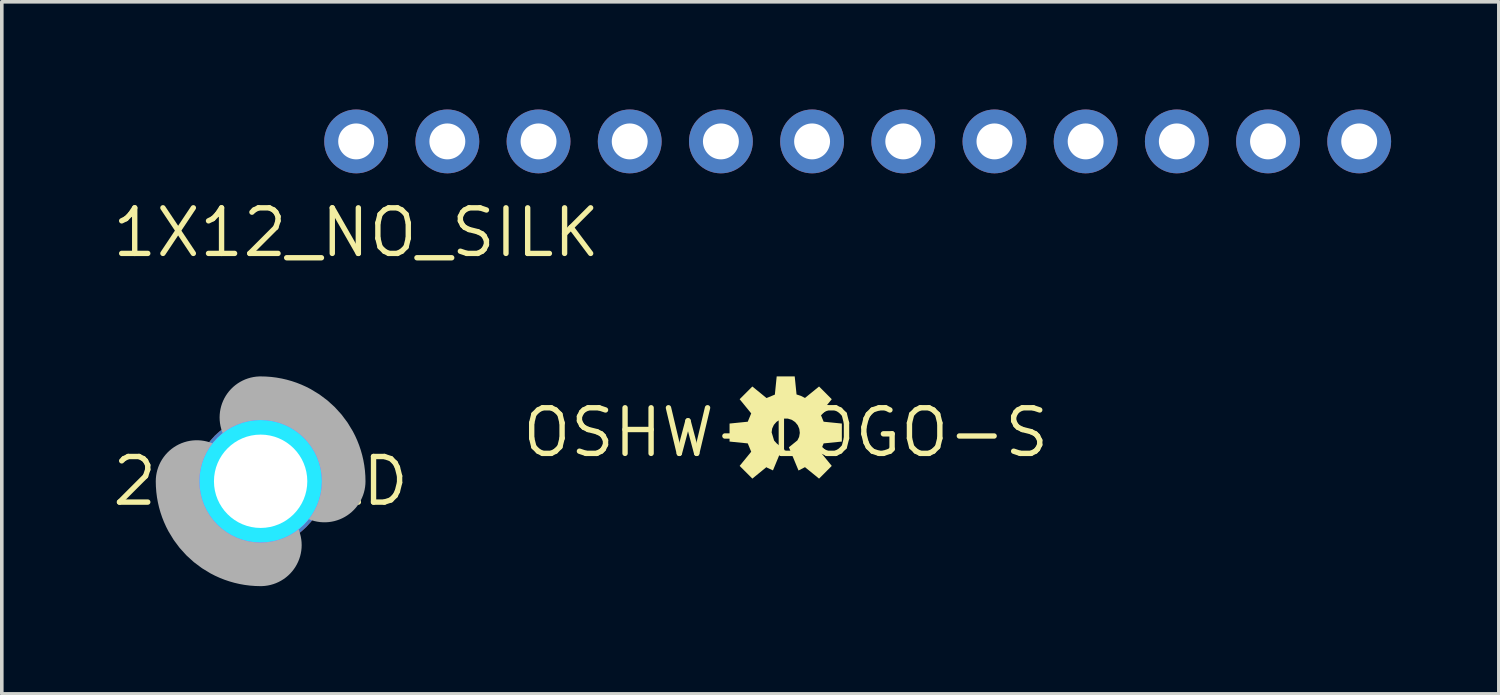
<source format=kicad_pcb>
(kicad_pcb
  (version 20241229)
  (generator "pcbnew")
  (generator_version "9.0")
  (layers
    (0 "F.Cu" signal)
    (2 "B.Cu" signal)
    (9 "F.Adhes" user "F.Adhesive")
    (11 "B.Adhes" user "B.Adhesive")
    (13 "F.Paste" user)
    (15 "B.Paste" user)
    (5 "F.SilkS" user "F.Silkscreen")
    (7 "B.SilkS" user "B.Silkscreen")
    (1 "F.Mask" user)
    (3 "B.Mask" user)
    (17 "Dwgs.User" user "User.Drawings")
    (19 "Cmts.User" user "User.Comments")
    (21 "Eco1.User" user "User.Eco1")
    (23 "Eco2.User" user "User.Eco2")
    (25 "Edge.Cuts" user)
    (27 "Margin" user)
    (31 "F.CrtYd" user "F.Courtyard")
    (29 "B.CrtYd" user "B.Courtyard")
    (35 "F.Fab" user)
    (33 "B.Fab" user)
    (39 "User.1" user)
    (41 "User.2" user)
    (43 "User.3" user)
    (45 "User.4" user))
  (footprint "OSHW-LOGO-S"
    (layer "F.Cu")
    (at 18.836 8.999)
    (property "Reference" "OSHW-LOGO-S" (at 0 0 0) (layer "F.SilkS") (effects (font (size 1.27 1.27) (thickness 0.15))))
    (fp_poly (pts (xy 0.302 -1.061) (xy 0.423 -1.022) (xy 0.537 -0.964) (xy 0.929 -1.283) (xy 1.283 -0.929) (xy 0.961 -0.534) (xy 1.057 -0.302) (xy 1.564 -0.251) (xy 1.564 0.251) (xy 1.057 0.302) (xy 0.961 0.534) (xy 1.283 0.929) (xy 0.929 1.283) (xy 0.537 0.964) (xy 0.357 1.057) (xy 0.089 0.41) (xy 0.326 0.218) (xy 0.374 0.121) (xy 0.393 0.01) (xy 0.379 -0.102) (xy 0.335 -0.205) (xy 0.263 -0.292) (xy 0.169 -0.355) (xy 0.061 -0.388) (xy -0.051 -0.389) (xy -0.16 -0.359) (xy -0.255 -0.299) (xy -0.33 -0.214) (xy -0.377 -0.112) (xy -0.392 -0.006) (xy -0.323 0.223) (xy -0.249 0.304) (xy 0 0.508) (xy -0.129 0.508) (xy -0.355 1.054) (xy -0.507 0.984) (xy -0.539 0.965) (xy -0.929 1.283) (xy -1.283 0.929) (xy -0.961 0.534) (xy -1.057 0.302) (xy -1.564 0.251) (xy -1.564 -0.251) (xy -1.057 -0.302) (xy -0.961 -0.534) (xy -1.283 -0.929) (xy -0.929 -1.283) (xy -0.534 -0.961) (xy -0.302 -1.057) (xy -0.251 -1.564) (xy 0.251 -1.564)) (stroke (width 0) (type default)) (fill yes) (layer "F.SilkS")))
  (footprint "1X12_NO_SILK"
    (layer "F.Cu")
    (at 6.871 0.889)
    (property "Reference" "1X12_NO_SILK" (at 0 2.54 0) (layer "F.SilkS") (effects (font (size 1.27 1.27) (thickness 0.15))))
    (pad "1" thru_hole circle (at 0 0 90) (size 1.778 1.778) (drill 1) (layers "*.Cu" "*.Mask"))
    (pad "2" thru_hole circle (at 2.54 0 90) (size 1.778 1.778) (drill 1) (layers "*.Cu" "*.Mask"))
    (pad "3" thru_hole circle (at 5.08 0 90) (size 1.778 1.778) (drill 1) (layers "*.Cu" "*.Mask"))
    (pad "4" thru_hole circle (at 7.62 0 90) (size 1.778 1.778) (drill 1) (layers "*.Cu" "*.Mask"))
    (pad "5" thru_hole circle (at 10.16 0 90) (size 1.778 1.778) (drill 1) (layers "*.Cu" "*.Mask"))
    (pad "6" thru_hole circle (at 12.7 0 90) (size 1.778 1.778) (drill 1) (layers "*.Cu" "*.Mask"))
    (pad "7" thru_hole circle (at 15.24 0 90) (size 1.778 1.778) (drill 1) (layers "*.Cu" "*.Mask"))
    (pad "8" thru_hole circle (at 17.78 0 90) (size 1.778 1.778) (drill 1) (layers "*.Cu" "*.Mask"))
    (pad "9" thru_hole circle (at 20.32 0 90) (size 1.778 1.778) (drill 1) (layers "*.Cu" "*.Mask"))
    (pad "10" thru_hole circle (at 22.86 0 90) (size 1.778 1.778) (drill 1) (layers "*.Cu" "*.Mask"))
    (pad "11" thru_hole circle (at 25.4 0 90) (size 1.778 1.778) (drill 1) (layers "*.Cu" "*.Mask"))
    (pad "12" thru_hole circle (at 27.94 0 90) (size 1.778 1.778) (drill 1) (layers "*.Cu" "*.Mask")))
  (footprint "2,8-PAD"
    (layer "F.Cu")
    (at 4.21 10.356)
    (property "Reference" "2,8-PAD" (at 0 0 0) (layer "F.SilkS") (effects (font (size 1.27 1.27) (thickness 0.15))))
    (fp_circle (center 0 0) (end 1.3 0) (stroke (width 0.813) (type solid)) (fill no) (layer "B.CrtYd"))
    (fp_circle (center 0 0) (end 1.3 0) (stroke (width 0.813) (type solid)) (fill no) (layer "F.CrtYd"))
    (fp_arc (start 0 -1.778) (mid 1.257236 -1.257236) (end 1.778 0) (stroke (width 2.286) (type solid)) (layer "F.Fab"))
    (fp_arc (start 0 1.778) (mid -1.257236 1.257236) (end -1.778 0) (stroke (width 2.286) (type solid)) (layer "F.Fab"))
    (fp_circle (center 0 0) (end 0.635 0) (stroke (width 0.457) (type solid)) (fill no) (layer "F.Fab"))
    (pad "B2,8" thru_hole circle (at 0 0) (size 3.6 3.6) (drill 2.6) (layers "*.Cu" "*.Mask"))
    (zone (net_name "") (layers "F.Cu" "B.Cu") (hatch edge 0.5) (connect_pads) (min_thickness 0.25) (filled_areas_thickness no) (keepout (tracks allowed) (vias not_allowed) (pads allowed) (copperpour allowed) (footprints allowed)) (placement (enabled no)) (fill) (polygon (pts (xy 5.917 10.356) (xy 5.897 10.096) (xy 5.837 9.841) (xy 5.74 9.599) (xy 5.606 9.374) (xy 5.44 9.173) (xy 5.245 8.999) (xy 5.026 8.857) (xy 4.787 8.75) (xy 4.535 8.681) (xy 4.276 8.651) (xy 4.015 8.661) (xy 3.758 8.711) (xy 3.512 8.799) (xy 3.283 8.924) (xy 3.075 9.082) (xy 2.894 9.271) (xy 2.744 9.484) (xy 2.628 9.718) (xy 2.549 9.967) (xy 2.509 10.226) (xy 2.509 10.487) (xy 2.549 10.745) (xy 2.628 10.994) (xy 2.744 11.228) (xy 2.894 11.442) (xy 3.075 11.63) (xy 3.283 11.788) (xy 3.512 11.913) (xy 3.758 12.002) (xy 4.015 12.051) (xy 4.276 12.061) (xy 4.535 12.031) (xy 4.787 11.962) (xy 5.026 11.855) (xy 5.245 11.713) (xy 5.44 11.539) (xy 5.606 11.338) (xy 5.74 11.113) (xy 5.837 10.871) (xy 5.897 10.617))) (polygon (pts (xy 5.104 10.356) (xy 5.084 10.17) (xy 5.027 9.993) (xy 4.933 9.831) (xy 4.808 9.692) (xy 4.657 9.582) (xy 4.487 9.506) (xy 4.304 9.467) (xy 4.117 9.467) (xy 3.934 9.506) (xy 3.764 9.582) (xy 3.612 9.692) (xy 3.487 9.831) (xy 3.394 9.993) (xy 3.336 10.17) (xy 3.317 10.356) (xy 3.336 10.542) (xy 3.394 10.72) (xy 3.487 10.881) (xy 3.612 11.02) (xy 3.764 11.13) (xy 3.934 11.206) (xy 4.117 11.245) (xy 4.304 11.245) (xy 4.487 11.206) (xy 4.657 11.13) (xy 4.808 11.02) (xy 4.933 10.881) (xy 5.027 10.72) (xy 5.084 10.542)))))
  (gr_rect
    (start -3 -3)
    (end 38.7 16.277)
    (stroke (width 0.1) (type default))
    (fill no)
    (layer "Edge.Cuts")))
</source>
